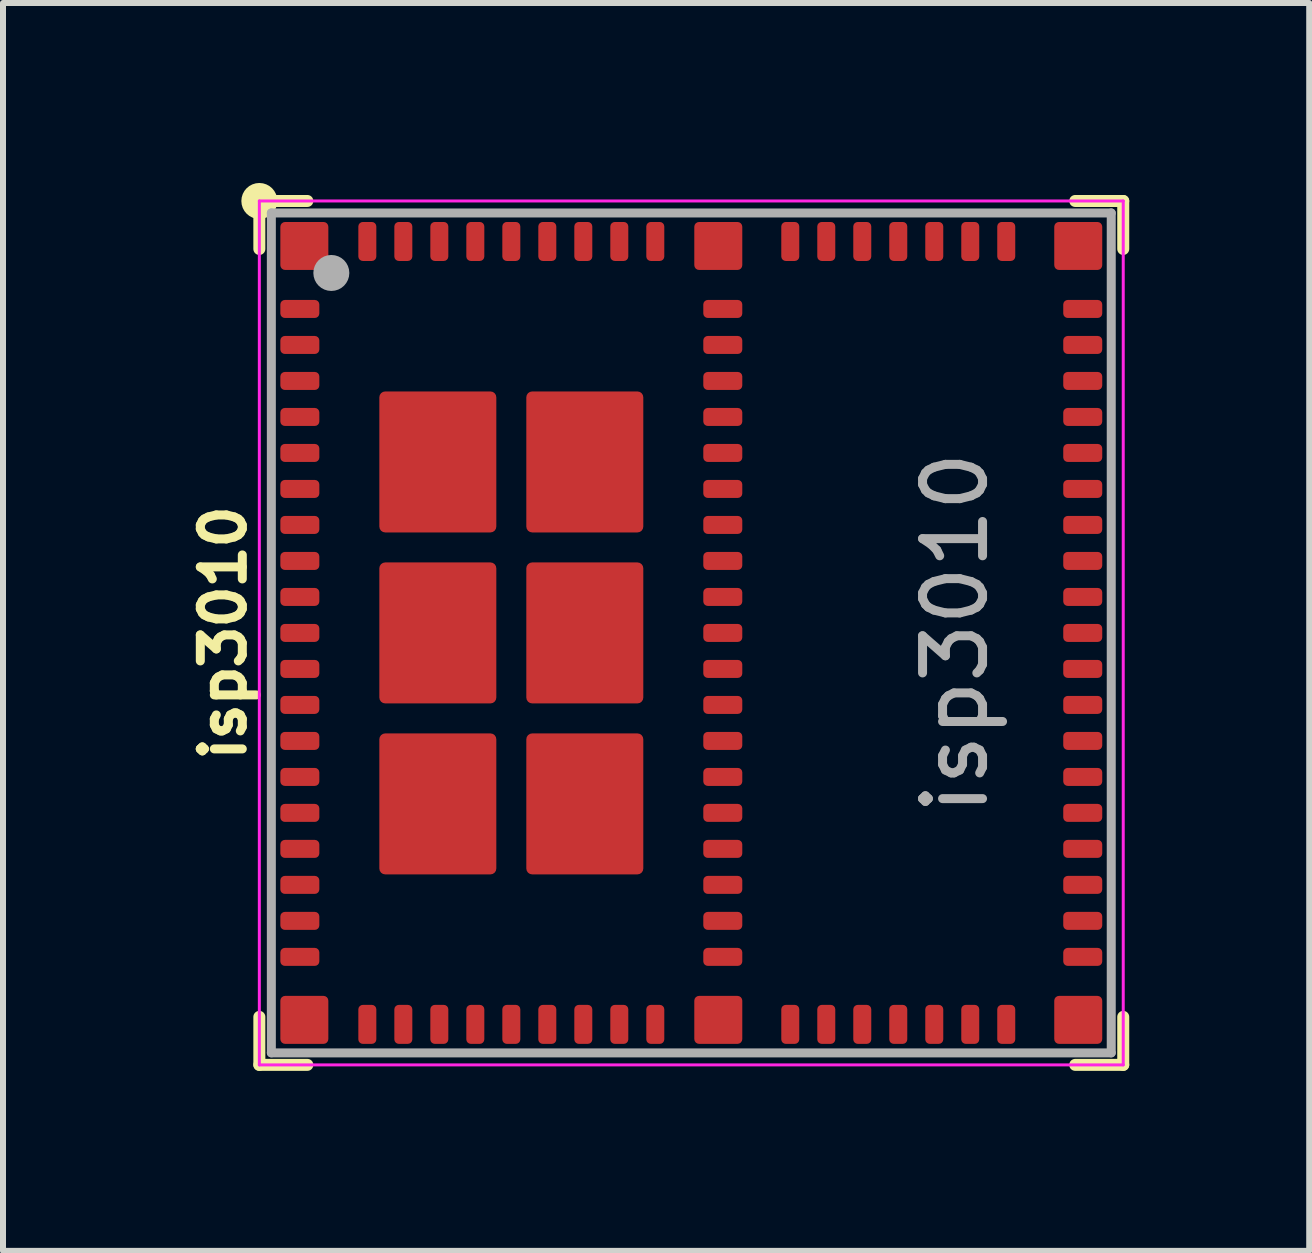
<source format=kicad_pcb>
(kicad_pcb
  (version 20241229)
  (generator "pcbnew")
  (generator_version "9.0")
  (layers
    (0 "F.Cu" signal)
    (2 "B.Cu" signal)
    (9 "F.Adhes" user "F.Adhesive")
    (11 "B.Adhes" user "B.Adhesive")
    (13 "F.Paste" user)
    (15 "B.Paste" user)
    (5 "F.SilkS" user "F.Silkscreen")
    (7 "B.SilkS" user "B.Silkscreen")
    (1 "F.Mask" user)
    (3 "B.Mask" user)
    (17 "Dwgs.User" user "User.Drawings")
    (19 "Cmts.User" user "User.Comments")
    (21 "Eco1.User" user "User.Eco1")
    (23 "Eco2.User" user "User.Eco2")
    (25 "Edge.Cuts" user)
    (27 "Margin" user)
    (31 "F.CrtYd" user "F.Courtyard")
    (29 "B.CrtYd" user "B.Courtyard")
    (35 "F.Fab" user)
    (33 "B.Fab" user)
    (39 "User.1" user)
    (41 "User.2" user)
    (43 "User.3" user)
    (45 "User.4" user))
  (footprint "isp3010"
    (layer "F.Cu")
    (at 8.473 7.5)
    (property "Reference" "isp3010" (at -7.8 0 90) (layer "F.SilkS") (effects (font (size 0.7 0.7) (thickness 0.15))))
    (property "Value" "${VALUE}" (at 2.6 0 90) (layer "F.Fab") (hide yes) (effects (font (size 1 1) (thickness 0.15))))
    (attr through_hole)
    (fp_line (start -7.2 -7.2) (end -7.2 -6.4) (stroke (width 0.2) (type solid)) (layer "F.SilkS"))
    (fp_line (start -7.2 6.4) (end -7.2 7.2) (stroke (width 0.2) (type solid)) (layer "F.SilkS"))
    (fp_line (start -7.2 7.2) (end -6.4 7.2) (stroke (width 0.2) (type solid)) (layer "F.SilkS"))
    (fp_line (start -6.4 -7.2) (end -7.2 -7.2) (stroke (width 0.2) (type solid)) (layer "F.SilkS"))
    (fp_line (start 6.4 7.2) (end 7.2 7.2) (stroke (width 0.2) (type solid)) (layer "F.SilkS"))
    (fp_line (start 7.2 -7.2) (end 6.4 -7.2) (stroke (width 0.2) (type solid)) (layer "F.SilkS"))
    (fp_line (start 7.2 -6.4) (end 7.2 -7.2) (stroke (width 0.2) (type solid)) (layer "F.SilkS"))
    (fp_line (start 7.2 7.2) (end 7.2 6.4) (stroke (width 0.2) (type solid)) (layer "F.SilkS"))
    (fp_circle (center -7.2 -7.2) (end -7.05 -7.2) (stroke (width 0.3) (type solid)) (fill no) (layer "F.SilkS"))
    (fp_poly (pts (xy -4.425 -3.05) (xy -5.025 -3.05) (xy -5.025 -3.85) (xy -4.425 -3.85)) (stroke (width 0.2) (type solid)) (fill yes) (layer "F.Paste"))
    (fp_poly (pts (xy -4.425 -1.85) (xy -5.025 -1.85) (xy -5.025 -2.65) (xy -4.425 -2.65)) (stroke (width 0.2) (type solid)) (fill yes) (layer "F.Paste"))
    (fp_poly (pts (xy -4.425 -0.2) (xy -5.025 -0.2) (xy -5.025 -1) (xy -4.425 -1)) (stroke (width 0.2) (type solid)) (fill yes) (layer "F.Paste"))
    (fp_poly (pts (xy -4.425 1) (xy -5.025 1) (xy -5.025 0.2) (xy -4.425 0.2)) (stroke (width 0.2) (type solid)) (fill yes) (layer "F.Paste"))
    (fp_poly (pts (xy -4.425 2.65) (xy -5.025 2.65) (xy -5.025 1.85) (xy -4.425 1.85)) (stroke (width 0.2) (type solid)) (fill yes) (layer "F.Paste"))
    (fp_poly (pts (xy -4.425 3.85) (xy -5.025 3.85) (xy -5.025 3.05) (xy -4.425 3.05)) (stroke (width 0.2) (type solid)) (fill yes) (layer "F.Paste"))
    (fp_poly (pts (xy -4.025 -3.85) (xy -3.425 -3.85) (xy -3.425 -3.05) (xy -4.025 -3.05)) (stroke (width 0.2) (type solid)) (fill yes) (layer "F.Paste"))
    (fp_poly (pts (xy -4.025 -2.65) (xy -3.425 -2.65) (xy -3.425 -1.85) (xy -4.025 -1.85)) (stroke (width 0.2) (type solid)) (fill yes) (layer "F.Paste"))
    (fp_poly (pts (xy -4.025 -1) (xy -3.425 -1) (xy -3.425 -0.2) (xy -4.025 -0.2)) (stroke (width 0.2) (type solid)) (fill yes) (layer "F.Paste"))
    (fp_poly (pts (xy -4.025 0.2) (xy -3.425 0.2) (xy -3.425 1) (xy -4.025 1)) (stroke (width 0.2) (type solid)) (fill yes) (layer "F.Paste"))
    (fp_poly (pts (xy -4.025 1.85) (xy -3.425 1.85) (xy -3.425 2.65) (xy -4.025 2.65)) (stroke (width 0.2) (type solid)) (fill yes) (layer "F.Paste"))
    (fp_poly (pts (xy -4.025 3.05) (xy -3.425 3.05) (xy -3.425 3.85) (xy -4.025 3.85)) (stroke (width 0.2) (type solid)) (fill yes) (layer "F.Paste"))
    (fp_poly (pts (xy -1.975 -3.05) (xy -2.575 -3.05) (xy -2.575 -3.85) (xy -1.975 -3.85)) (stroke (width 0.2) (type solid)) (fill yes) (layer "F.Paste"))
    (fp_poly (pts (xy -1.975 -1.85) (xy -2.575 -1.85) (xy -2.575 -2.65) (xy -1.975 -2.65)) (stroke (width 0.2) (type solid)) (fill yes) (layer "F.Paste"))
    (fp_poly (pts (xy -1.975 -0.2) (xy -2.575 -0.2) (xy -2.575 -1) (xy -1.975 -1)) (stroke (width 0.2) (type solid)) (fill yes) (layer "F.Paste"))
    (fp_poly (pts (xy -1.975 1) (xy -2.575 1) (xy -2.575 0.2) (xy -1.975 0.2)) (stroke (width 0.2) (type solid)) (fill yes) (layer "F.Paste"))
    (fp_poly (pts (xy -1.975 2.65) (xy -2.575 2.65) (xy -2.575 1.85) (xy -1.975 1.85)) (stroke (width 0.2) (type solid)) (fill yes) (layer "F.Paste"))
    (fp_poly (pts (xy -1.975 3.85) (xy -2.575 3.85) (xy -2.575 3.05) (xy -1.975 3.05)) (stroke (width 0.2) (type solid)) (fill yes) (layer "F.Paste"))
    (fp_poly (pts (xy -1.575 -3.85) (xy -0.975 -3.85) (xy -0.975 -3.05) (xy -1.575 -3.05)) (stroke (width 0.2) (type solid)) (fill yes) (layer "F.Paste"))
    (fp_poly (pts (xy -1.575 -2.65) (xy -0.975 -2.65) (xy -0.975 -1.85) (xy -1.575 -1.85)) (stroke (width 0.2) (type solid)) (fill yes) (layer "F.Paste"))
    (fp_poly (pts (xy -1.575 -1) (xy -0.975 -1) (xy -0.975 -0.2) (xy -1.575 -0.2)) (stroke (width 0.2) (type solid)) (fill yes) (layer "F.Paste"))
    (fp_poly (pts (xy -1.575 0.2) (xy -0.975 0.2) (xy -0.975 1) (xy -1.575 1)) (stroke (width 0.2) (type solid)) (fill yes) (layer "F.Paste"))
    (fp_poly (pts (xy -1.575 1.85) (xy -0.975 1.85) (xy -0.975 2.65) (xy -1.575 2.65)) (stroke (width 0.2) (type solid)) (fill yes) (layer "F.Paste"))
    (fp_poly (pts (xy -1.575 3.05) (xy -0.975 3.05) (xy -0.975 3.85) (xy -1.575 3.85)) (stroke (width 0.2) (type solid)) (fill yes) (layer "F.Paste"))
    (fp_line (start -7.2 -7.2) (end 7.2 -7.2) (stroke (width 0.05) (type solid)) (layer "F.CrtYd"))
    (fp_line (start -7.2 7.2) (end -7.2 -7.2) (stroke (width 0.05) (type solid)) (layer "F.CrtYd"))
    (fp_line (start 7.2 -7.2) (end 7.2 7.2) (stroke (width 0.05) (type solid)) (layer "F.CrtYd"))
    (fp_line (start 7.2 7.2) (end -7.2 7.2) (stroke (width 0.05) (type solid)) (layer "F.CrtYd"))
    (fp_line (start -7 -7) (end 7 -7) (stroke (width 0.15) (type solid)) (layer "F.Fab"))
    (fp_line (start -7 7) (end -7 -7) (stroke (width 0.15) (type solid)) (layer "F.Fab"))
    (fp_line (start 7 -7) (end 7 7) (stroke (width 0.15) (type solid)) (layer "F.Fab"))
    (fp_line (start 7 7) (end -7 7) (stroke (width 0.15) (type solid)) (layer "F.Fab"))
    (fp_circle (center -6 -6) (end -5.85 -6) (stroke (width 0.3) (type solid)) (fill no) (layer "F.Fab"))
    (fp_text user "${REFERENCE}" (at 4.4 0 90) (layer "F.Fab") (effects (font (size 1 1) (thickness 0.15))))
    (pad "1" smd roundrect (at -6.45 -6.45 90) (size 0.8 0.8) (layers "F.Cu" "F.Mask" "F.Paste") (roundrect_rratio 0.1))
    (pad "2" smd roundrect (at -6.525 -5.4 180) (size 0.65 0.3) (layers "F.Cu" "F.Mask" "F.Paste") (roundrect_rratio 0.25))
    (pad "3" smd roundrect (at -6.525 -4.8 180) (size 0.65 0.3) (layers "F.Cu" "F.Mask" "F.Paste") (roundrect_rratio 0.25))
    (pad "4" smd roundrect (at -6.525 -4.2 180) (size 0.65 0.3) (layers "F.Cu" "F.Mask" "F.Paste") (roundrect_rratio 0.25))
    (pad "5" smd roundrect (at -6.525 -3.6 180) (size 0.65 0.3) (layers "F.Cu" "F.Mask" "F.Paste") (roundrect_rratio 0.25))
    (pad "6" smd roundrect (at -6.525 -3 180) (size 0.65 0.3) (layers "F.Cu" "F.Mask" "F.Paste") (roundrect_rratio 0.25))
    (pad "7" smd roundrect (at -6.525 -2.4 180) (size 0.65 0.3) (layers "F.Cu" "F.Mask" "F.Paste") (roundrect_rratio 0.25))
    (pad "8" smd roundrect (at -6.525 -1.8 180) (size 0.65 0.3) (layers "F.Cu" "F.Mask" "F.Paste") (roundrect_rratio 0.25))
    (pad "9" smd roundrect (at -6.525 -1.2 180) (size 0.65 0.3) (layers "F.Cu" "F.Mask" "F.Paste") (roundrect_rratio 0.25))
    (pad "10" smd roundrect (at -6.525 -0.6 180) (size 0.65 0.3) (layers "F.Cu" "F.Mask" "F.Paste") (roundrect_rratio 0.25))
    (pad "11" smd roundrect (at -6.525 0 180) (size 0.65 0.3) (layers "F.Cu" "F.Mask" "F.Paste") (roundrect_rratio 0.25))
    (pad "12" smd roundrect (at -6.525 0.6 180) (size 0.65 0.3) (layers "F.Cu" "F.Mask" "F.Paste") (roundrect_rratio 0.25))
    (pad "13" smd roundrect (at -6.525 1.2 180) (size 0.65 0.3) (layers "F.Cu" "F.Mask" "F.Paste") (roundrect_rratio 0.25))
    (pad "14" smd roundrect (at -6.525 1.8 180) (size 0.65 0.3) (layers "F.Cu" "F.Mask" "F.Paste") (roundrect_rratio 0.25))
    (pad "15" smd roundrect (at -6.525 2.4 180) (size 0.65 0.3) (layers "F.Cu" "F.Mask" "F.Paste") (roundrect_rratio 0.25))
    (pad "16" smd roundrect (at -6.525 3 180) (size 0.65 0.3) (layers "F.Cu" "F.Mask" "F.Paste") (roundrect_rratio 0.25))
    (pad "17" smd roundrect (at -6.525 3.6 180) (size 0.65 0.3) (layers "F.Cu" "F.Mask" "F.Paste") (roundrect_rratio 0.25))
    (pad "18" smd roundrect (at -6.525 4.2 180) (size 0.65 0.3) (layers "F.Cu" "F.Mask" "F.Paste") (roundrect_rratio 0.25))
    (pad "19" smd roundrect (at -6.525 4.8 180) (size 0.65 0.3) (layers "F.Cu" "F.Mask" "F.Paste") (roundrect_rratio 0.25))
    (pad "20" smd roundrect (at -6.525 5.4 180) (size 0.65 0.3) (layers "F.Cu" "F.Mask" "F.Paste") (roundrect_rratio 0.25))
    (pad "21" smd roundrect (at -6.45 6.45 90) (size 0.8 0.8) (layers "F.Cu" "F.Mask" "F.Paste") (roundrect_rratio 0.1))
    (pad "22" smd roundrect (at -5.4 6.525 90) (size 0.65 0.3) (layers "F.Cu" "F.Mask" "F.Paste") (roundrect_rratio 0.25))
    (pad "23" smd roundrect (at -4.8 6.525 90) (size 0.65 0.3) (layers "F.Cu" "F.Mask" "F.Paste") (roundrect_rratio 0.25))
    (pad "24" smd roundrect (at -4.2 6.525 90) (size 0.65 0.3) (layers "F.Cu" "F.Mask" "F.Paste") (roundrect_rratio 0.25))
    (pad "25" smd roundrect (at -3.6 6.525 90) (size 0.65 0.3) (layers "F.Cu" "F.Mask" "F.Paste") (roundrect_rratio 0.25))
    (pad "26" smd roundrect (at -3 6.525 90) (size 0.65 0.3) (layers "F.Cu" "F.Mask" "F.Paste") (roundrect_rratio 0.25))
    (pad "27" smd roundrect (at -2.4 6.525 90) (size 0.65 0.3) (layers "F.Cu" "F.Mask" "F.Paste") (roundrect_rratio 0.25))
    (pad "28" smd roundrect (at -1.8 6.525 90) (size 0.65 0.3) (layers "F.Cu" "F.Mask" "F.Paste") (roundrect_rratio 0.25))
    (pad "29" smd roundrect (at -1.2 6.525 90) (size 0.65 0.3) (layers "F.Cu" "F.Mask" "F.Paste") (roundrect_rratio 0.25))
    (pad "30" smd roundrect (at -0.6 6.525 90) (size 0.65 0.3) (layers "F.Cu" "F.Mask" "F.Paste") (roundrect_rratio 0.25))
    (pad "31" smd roundrect (at 0.45 6.45 90) (size 0.8 0.8) (layers "F.Cu" "F.Mask" "F.Paste") (roundrect_rratio 0.1))
    (pad "32" smd roundrect (at 0.525 5.4 180) (size 0.65 0.3) (layers "F.Cu" "F.Mask" "F.Paste") (roundrect_rratio 0.25))
    (pad "33" smd roundrect (at 0.525 4.8 180) (size 0.65 0.3) (layers "F.Cu" "F.Mask" "F.Paste") (roundrect_rratio 0.25))
    (pad "34" smd roundrect (at 0.525 4.2 180) (size 0.65 0.3) (layers "F.Cu" "F.Mask" "F.Paste") (roundrect_rratio 0.25))
    (pad "35" smd roundrect (at 0.525 3.6 180) (size 0.65 0.3) (layers "F.Cu" "F.Mask" "F.Paste") (roundrect_rratio 0.25))
    (pad "36" smd roundrect (at 0.525 3 180) (size 0.65 0.3) (layers "F.Cu" "F.Mask" "F.Paste") (roundrect_rratio 0.25))
    (pad "37" smd roundrect (at 0.525 2.4 180) (size 0.65 0.3) (layers "F.Cu" "F.Mask" "F.Paste") (roundrect_rratio 0.25))
    (pad "38" smd roundrect (at 0.525 1.8 180) (size 0.65 0.3) (layers "F.Cu" "F.Mask" "F.Paste") (roundrect_rratio 0.25))
    (pad "39" smd roundrect (at 0.525 1.2 180) (size 0.65 0.3) (layers "F.Cu" "F.Mask" "F.Paste") (roundrect_rratio 0.25))
    (pad "40" smd roundrect (at 0.525 0.6 180) (size 0.65 0.3) (layers "F.Cu" "F.Mask" "F.Paste") (roundrect_rratio 0.25))
    (pad "41" smd roundrect (at 0.525 0 180) (size 0.65 0.3) (layers "F.Cu" "F.Mask" "F.Paste") (roundrect_rratio 0.25))
    (pad "42" smd roundrect (at 0.525 -0.6 180) (size 0.65 0.3) (layers "F.Cu" "F.Mask" "F.Paste") (roundrect_rratio 0.25))
    (pad "43" smd roundrect (at 0.525 -1.2 180) (size 0.65 0.3) (layers "F.Cu" "F.Mask" "F.Paste") (roundrect_rratio 0.25))
    (pad "44" smd roundrect (at 0.525 -1.8 180) (size 0.65 0.3) (layers "F.Cu" "F.Mask" "F.Paste") (roundrect_rratio 0.25))
    (pad "45" smd roundrect (at 0.525 -2.4 180) (size 0.65 0.3) (layers "F.Cu" "F.Mask" "F.Paste") (roundrect_rratio 0.25))
    (pad "46" smd roundrect (at 0.525 -3 180) (size 0.65 0.3) (layers "F.Cu" "F.Mask" "F.Paste") (roundrect_rratio 0.25))
    (pad "47" smd roundrect (at 0.525 -3.6 180) (size 0.65 0.3) (layers "F.Cu" "F.Mask" "F.Paste") (roundrect_rratio 0.25))
    (pad "48" smd roundrect (at 0.525 -4.2 180) (size 0.65 0.3) (layers "F.Cu" "F.Mask" "F.Paste") (roundrect_rratio 0.25))
    (pad "49" smd roundrect (at 0.525 -4.8 180) (size 0.65 0.3) (layers "F.Cu" "F.Mask" "F.Paste") (roundrect_rratio 0.25))
    (pad "50" smd roundrect (at 0.525 -5.4 180) (size 0.65 0.3) (layers "F.Cu" "F.Mask" "F.Paste") (roundrect_rratio 0.25))
    (pad "51" smd roundrect (at 0.45 -6.45 90) (size 0.8 0.8) (layers "F.Cu" "F.Mask" "F.Paste") (roundrect_rratio 0.1))
    (pad "52" smd roundrect (at -0.6 -6.525 90) (size 0.65 0.3) (layers "F.Cu" "F.Mask" "F.Paste") (roundrect_rratio 0.25))
    (pad "53" smd roundrect (at -1.2 -6.525 90) (size 0.65 0.3) (layers "F.Cu" "F.Mask" "F.Paste") (roundrect_rratio 0.25))
    (pad "54" smd roundrect (at -1.8 -6.525 90) (size 0.65 0.3) (layers "F.Cu" "F.Mask" "F.Paste") (roundrect_rratio 0.25))
    (pad "55" smd roundrect (at -2.4 -6.525 90) (size 0.65 0.3) (layers "F.Cu" "F.Mask" "F.Paste") (roundrect_rratio 0.25))
    (pad "56" smd roundrect (at -3 -6.525 90) (size 0.65 0.3) (layers "F.Cu" "F.Mask" "F.Paste") (roundrect_rratio 0.25))
    (pad "57" smd roundrect (at -3.6 -6.525 90) (size 0.65 0.3) (layers "F.Cu" "F.Mask" "F.Paste") (roundrect_rratio 0.25))
    (pad "58" smd roundrect (at -4.2 -6.525 90) (size 0.65 0.3) (layers "F.Cu" "F.Mask" "F.Paste") (roundrect_rratio 0.25))
    (pad "59" smd roundrect (at -4.8 -6.525 90) (size 0.65 0.3) (layers "F.Cu" "F.Mask" "F.Paste") (roundrect_rratio 0.25))
    (pad "60" smd roundrect (at -5.4 -6.525 90) (size 0.65 0.3) (layers "F.Cu" "F.Mask" "F.Paste") (roundrect_rratio 0.25))
    (pad "61" smd roundrect (at 1.65 6.525 90) (size 0.65 0.3) (layers "F.Cu" "F.Mask" "F.Paste") (roundrect_rratio 0.25))
    (pad "62" smd roundrect (at 2.25 6.525 90) (size 0.65 0.3) (layers "F.Cu" "F.Mask" "F.Paste") (roundrect_rratio 0.25))
    (pad "63" smd roundrect (at 2.85 6.525 90) (size 0.65 0.3) (layers "F.Cu" "F.Mask" "F.Paste") (roundrect_rratio 0.25))
    (pad "64" smd roundrect (at 3.45 6.525 90) (size 0.65 0.3) (layers "F.Cu" "F.Mask" "F.Paste") (roundrect_rratio 0.25))
    (pad "65" smd roundrect (at 4.05 6.525 90) (size 0.65 0.3) (layers "F.Cu" "F.Mask" "F.Paste") (roundrect_rratio 0.25))
    (pad "66" smd roundrect (at 4.65 6.525 90) (size 0.65 0.3) (layers "F.Cu" "F.Mask" "F.Paste") (roundrect_rratio 0.25))
    (pad "67" smd roundrect (at 5.25 6.525 90) (size 0.65 0.3) (layers "F.Cu" "F.Mask" "F.Paste") (roundrect_rratio 0.25))
    (pad "68" smd roundrect (at 6.45 6.45 90) (size 0.8 0.8) (layers "F.Cu" "F.Mask" "F.Paste") (roundrect_rratio 0.1))
    (pad "69" smd roundrect (at 6.525 5.4 180) (size 0.65 0.3) (layers "F.Cu" "F.Mask" "F.Paste") (roundrect_rratio 0.25))
    (pad "70" smd roundrect (at 6.525 4.8 180) (size 0.65 0.3) (layers "F.Cu" "F.Mask" "F.Paste") (roundrect_rratio 0.25))
    (pad "71" smd roundrect (at 6.525 4.2 180) (size 0.65 0.3) (layers "F.Cu" "F.Mask" "F.Paste") (roundrect_rratio 0.25))
    (pad "72" smd roundrect (at 6.525 3.6 180) (size 0.65 0.3) (layers "F.Cu" "F.Mask" "F.Paste") (roundrect_rratio 0.25))
    (pad "73" smd roundrect (at 6.525 3 180) (size 0.65 0.3) (layers "F.Cu" "F.Mask" "F.Paste") (roundrect_rratio 0.25))
    (pad "74" smd roundrect (at 6.525 2.4 180) (size 0.65 0.3) (layers "F.Cu" "F.Mask" "F.Paste") (roundrect_rratio 0.25))
    (pad "75" smd roundrect (at 6.525 1.8 180) (size 0.65 0.3) (layers "F.Cu" "F.Mask" "F.Paste") (roundrect_rratio 0.25))
    (pad "76" smd roundrect (at 6.525 1.2 180) (size 0.65 0.3) (layers "F.Cu" "F.Mask" "F.Paste") (roundrect_rratio 0.25))
    (pad "77" smd roundrect (at 6.525 0.6 180) (size 0.65 0.3) (layers "F.Cu" "F.Mask" "F.Paste") (roundrect_rratio 0.25))
    (pad "78" smd roundrect (at 6.525 0 180) (size 0.65 0.3) (layers "F.Cu" "F.Mask" "F.Paste") (roundrect_rratio 0.25))
    (pad "79" smd roundrect (at 6.525 -0.6 180) (size 0.65 0.3) (layers "F.Cu" "F.Mask" "F.Paste") (roundrect_rratio 0.25))
    (pad "80" smd roundrect (at 6.525 -1.2 180) (size 0.65 0.3) (layers "F.Cu" "F.Mask" "F.Paste") (roundrect_rratio 0.25))
    (pad "81" smd roundrect (at 6.525 -1.8 180) (size 0.65 0.3) (layers "F.Cu" "F.Mask" "F.Paste") (roundrect_rratio 0.25))
    (pad "82" smd roundrect (at 6.525 -2.4 180) (size 0.65 0.3) (layers "F.Cu" "F.Mask" "F.Paste") (roundrect_rratio 0.25))
    (pad "83" smd roundrect (at 6.525 -3 180) (size 0.65 0.3) (layers "F.Cu" "F.Mask" "F.Paste") (roundrect_rratio 0.25))
    (pad "84" smd roundrect (at 6.525 -3.6 180) (size 0.65 0.3) (layers "F.Cu" "F.Mask" "F.Paste") (roundrect_rratio 0.25))
    (pad "85" smd roundrect (at 6.525 -4.2 180) (size 0.65 0.3) (layers "F.Cu" "F.Mask" "F.Paste") (roundrect_rratio 0.25))
    (pad "86" smd roundrect (at 6.525 -4.8 180) (size 0.65 0.3) (layers "F.Cu" "F.Mask" "F.Paste") (roundrect_rratio 0.25))
    (pad "87" smd roundrect (at 6.525 -5.4 180) (size 0.65 0.3) (layers "F.Cu" "F.Mask" "F.Paste") (roundrect_rratio 0.25))
    (pad "88" smd roundrect (at 6.45 -6.45 90) (size 0.8 0.8) (layers "F.Cu" "F.Mask" "F.Paste") (roundrect_rratio 0.1))
    (pad "89" smd roundrect (at 5.25 -6.525 90) (size 0.65 0.3) (layers "F.Cu" "F.Mask" "F.Paste") (roundrect_rratio 0.25))
    (pad "90" smd roundrect (at 4.65 -6.525 90) (size 0.65 0.3) (layers "F.Cu" "F.Mask" "F.Paste") (roundrect_rratio 0.25))
    (pad "91" smd roundrect (at 4.05 -6.525 90) (size 0.65 0.3) (layers "F.Cu" "F.Mask" "F.Paste") (roundrect_rratio 0.25))
    (pad "92" smd roundrect (at 3.45 -6.525 90) (size 0.65 0.3) (layers "F.Cu" "F.Mask" "F.Paste") (roundrect_rratio 0.25))
    (pad "93" smd roundrect (at 2.85 -6.525 90) (size 0.65 0.3) (layers "F.Cu" "F.Mask" "F.Paste") (roundrect_rratio 0.25))
    (pad "94" smd roundrect (at 2.25 -6.525 90) (size 0.65 0.3) (layers "F.Cu" "F.Mask" "F.Paste") (roundrect_rratio 0.25))
    (pad "95" smd roundrect (at 1.65 -6.525 90) (size 0.65 0.3) (layers "F.Cu" "F.Mask" "F.Paste") (roundrect_rratio 0.25))
    (pad "96" smd roundrect (at -4.225 2.85 180) (size 1.95 2.35) (layers "F.Cu" "F.Mask") (roundrect_rratio 0.05))
    (pad "97" smd roundrect (at -1.775 2.85 180) (size 1.95 2.35) (layers "F.Cu" "F.Mask") (roundrect_rratio 0.05))
    (pad "98" smd roundrect (at -1.775 0 180) (size 1.95 2.35) (layers "F.Cu" "F.Mask") (roundrect_rratio 0.05))
    (pad "99" smd roundrect (at -1.775 -2.85 180) (size 1.95 2.35) (layers "F.Cu" "F.Mask") (roundrect_rratio 0.05))
    (pad "100" smd roundrect (at -4.225 -2.85 180) (size 1.95 2.35) (layers "F.Cu" "F.Mask") (roundrect_rratio 0.05))
    (pad "101" smd roundrect (at -4.225 0 180) (size 1.95 2.35) (layers "F.Cu" "F.Mask") (roundrect_rratio 0.05)))
  (gr_rect
    (start -3 -3)
    (end 18.773 17.8)
    (stroke (width 0.1) (type default))
    (fill no)
    (layer "Edge.Cuts")))
</source>
